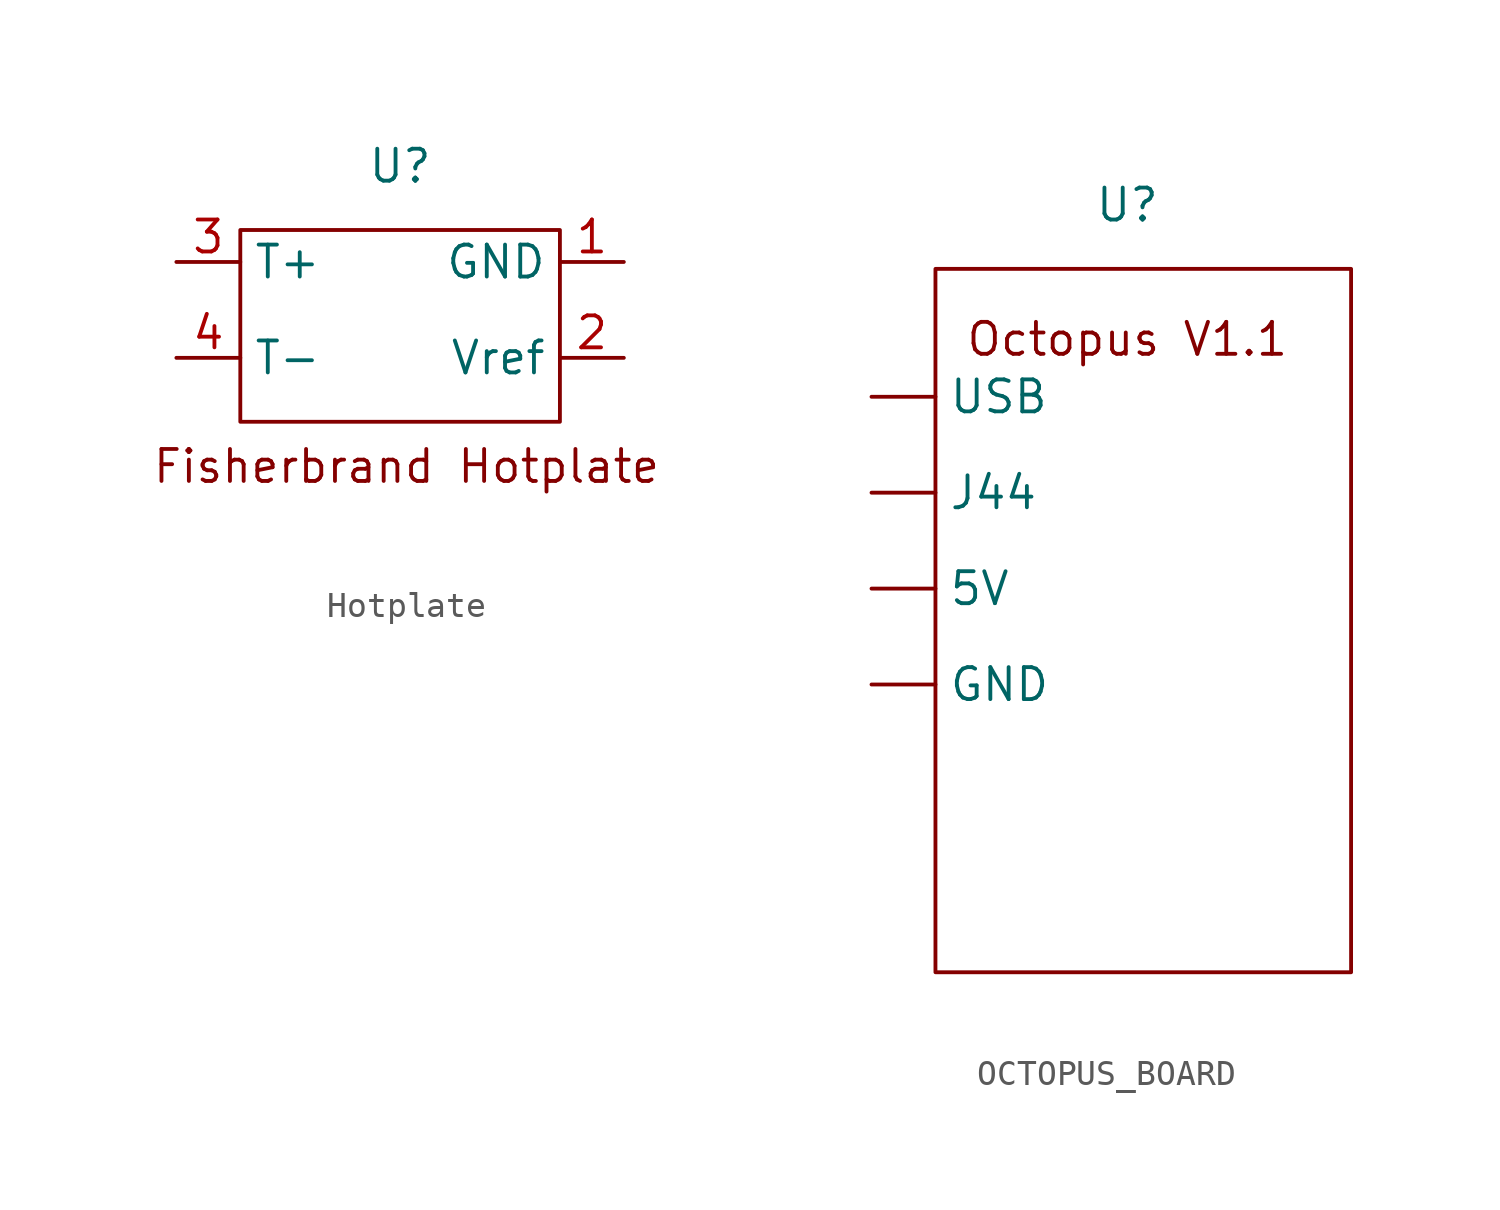
<source format=kicad_sym>
(kicad_symbol_lib
  (version 20231120)
  (generator "kicad_symbol_editor")
  (generator_version "8.0")
  (symbol "Hotplate"
    (property "Reference" "U"
      (at 0 0 0)
      (effects (font (size 1.27 1.27))))
    (property "Value" ""
      (at 0 0 0)
      (effects (font (size 1.27 1.27))))
    (symbol "Hotplate_0_1"
      (rectangle (start -6.35 -2.54) (end 6.35 -10.16) (stroke (width 0) (type default)) (fill (type none))))
    (symbol "Hotplate_1_1"
      (text "Fisherbrand Hotplate\n\n" (at 0.254 -12.954 0) (effects (font (size 1.27 1.27))))
      (pin input line (at 8.89 -3.81 180) (length 2.54) (name "GND" (effects (font (size 1.27 1.27)))) (number "1" (effects (font (size 1.27 1.27)))))
      (pin input line (at 8.89 -7.62 180) (length 2.54) (name "Vref" (effects (font (size 1.27 1.27)))) (number "2" (effects (font (size 1.27 1.27)))))
      (pin input line (at -8.89 -3.81 0) (length 2.54) (name "T+" (effects (font (size 1.27 1.27)))) (number "3" (effects (font (size 1.27 1.27)))))
      (pin output line (at -8.89 -7.62 0) (length 2.54) (name "T-" (effects (font (size 1.27 1.27)))) (number "4" (effects (font (size 1.27 1.27)))))))
  (symbol "OCTOPUS_BOARD"
    (property "Reference" "U"
      (at 0 0 0)
      (effects (font (size 1.27 1.27))))
    (property "Value" ""
      (at 0 0 0)
      (effects (font (size 1.27 1.27))))
    (symbol "OCTOPUS_BOARD_0_1"
      (rectangle (start -7.62 -2.54) (end 8.89 -30.48) (stroke (width 0) (type default)) (fill (type none))))
    (symbol "OCTOPUS_BOARD_1_1"
      (text "Octopus V1.1" (at 0 -5.334 0) (effects (font (size 1.27 1.27))))
      (pin power_out line (at -10.16 -15.24 0) (length 2.54) (name "5V" (effects (font (size 1.27 1.27)))) (number "" (effects (font (size 1.27 1.27)))))
      (pin bidirectional line (at -10.16 -19.05 0) (length 2.54) (name "GND" (effects (font (size 1.27 1.27)))) (number "" (effects (font (size 1.27 1.27)))))
      (pin input line (at -10.16 -11.43 0) (length 2.54) (name "J44" (effects (font (size 1.27 1.27)))) (number "" (effects (font (size 1.27 1.27)))))
      (pin output line (at -10.16 -7.62 0) (length 2.54) (name "USB" (effects (font (size 1.27 1.27)))) (number "" (effects (font (size 1.27 1.27))))))))
</source>
